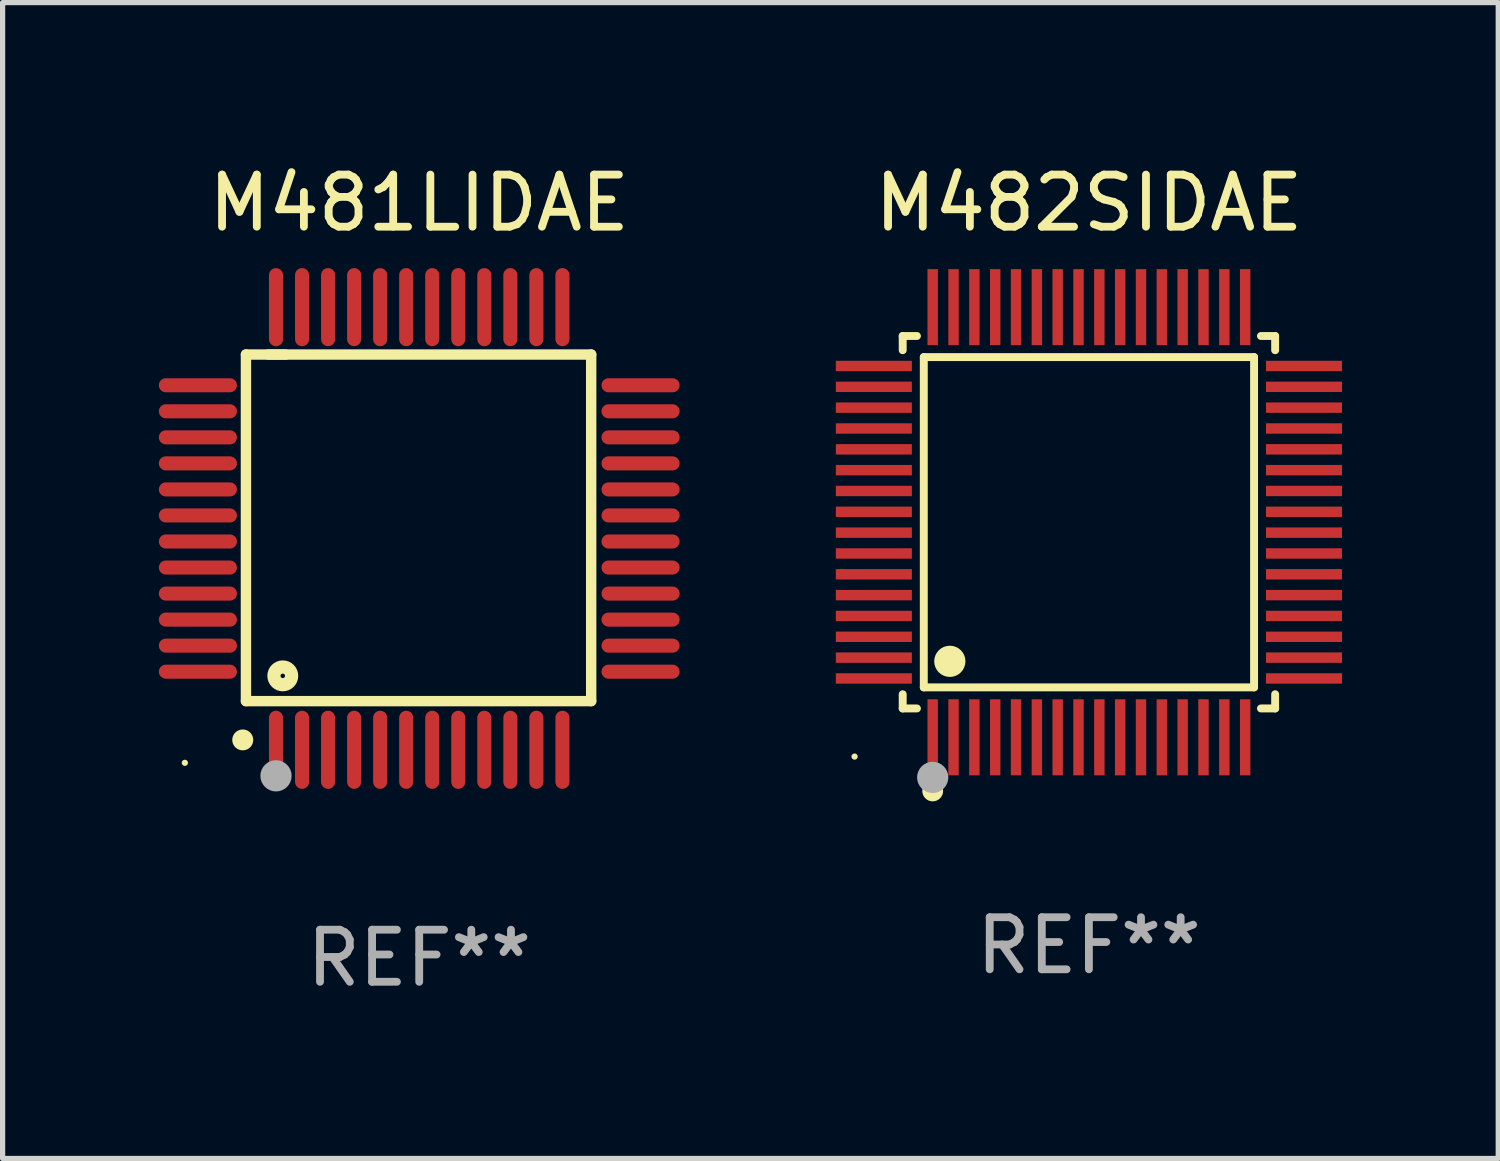
<source format=kicad_pcb>
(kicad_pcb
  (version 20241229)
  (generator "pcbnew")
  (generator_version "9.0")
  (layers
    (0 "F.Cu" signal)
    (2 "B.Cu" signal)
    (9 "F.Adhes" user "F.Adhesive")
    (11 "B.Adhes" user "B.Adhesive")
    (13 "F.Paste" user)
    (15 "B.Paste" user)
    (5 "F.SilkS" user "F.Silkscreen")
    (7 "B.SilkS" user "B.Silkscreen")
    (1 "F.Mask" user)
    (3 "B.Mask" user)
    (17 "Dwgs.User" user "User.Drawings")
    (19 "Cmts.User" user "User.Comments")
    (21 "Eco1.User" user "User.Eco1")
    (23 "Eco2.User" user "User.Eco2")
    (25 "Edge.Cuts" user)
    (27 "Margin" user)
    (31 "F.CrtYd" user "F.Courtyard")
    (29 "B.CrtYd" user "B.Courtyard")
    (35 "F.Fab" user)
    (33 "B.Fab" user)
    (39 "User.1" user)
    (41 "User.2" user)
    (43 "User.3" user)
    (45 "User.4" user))
  (footprint "M481LIDAE"
    (layer "F.Cu")
    (at 5 7.098)
    (property "Reference" "M481LIDAE" (at 0 -6.25 0) (layer "F.SilkS") (effects (font (size 1 1) (thickness 0.15))))
    (attr through_hole)
    (fp_line (start -3.327 -3.34) (end -2.565 -3.34) (stroke (width 0.2) (type solid)) (layer "F.SilkS"))
    (fp_line (start -3.327 3.315) (end -3.327 -3.34) (stroke (width 0.2) (type solid)) (layer "F.SilkS"))
    (fp_line (start -2.896 -3.34) (end 3.302 -3.34) (stroke (width 0.2) (type solid)) (layer "F.SilkS"))
    (fp_line (start 3.302 -3.34) (end 3.302 3.315) (stroke (width 0.2) (type solid)) (layer "F.SilkS"))
    (fp_line (start 3.302 3.315) (end -3.327 3.315) (stroke (width 0.2) (type solid)) (layer "F.SilkS"))
    (fp_arc (start -3.389992 4.059995) (mid -3.388722 4.059991) (end -3.387452 4.059995) (stroke (width 0.4) (type solid)) (layer "F.SilkS"))
    (fp_circle (center -4.5 4.5) (end -4.47 4.5) (stroke (width 0.06) (type solid)) (fill no) (layer "F.SilkS"))
    (fp_circle (center -2.62 2.83) (end -2.45 2.83) (stroke (width 0.254) (type solid)) (fill no) (layer "F.SilkS"))
    (fp_circle (center -2.75 4.75) (end -2.6 4.75) (stroke (width 0.3) (type solid)) (fill no) (layer "F.Fab"))
    (fp_text user "REF**" (at 0 8.25 0) (layer "F.Fab") (effects (font (size 1 1) (thickness 0.15))))
    (pad "1" smd oval (at -2.75 4.25) (size 0.27 1.5) (layers "F.Cu" "F.Mask" "F.Paste"))
    (pad "2" smd oval (at -2.25 4.25) (size 0.27 1.5) (layers "F.Cu" "F.Mask" "F.Paste"))
    (pad "3" smd oval (at -1.75 4.25) (size 0.27 1.5) (layers "F.Cu" "F.Mask" "F.Paste"))
    (pad "4" smd oval (at -1.25 4.25) (size 0.27 1.5) (layers "F.Cu" "F.Mask" "F.Paste"))
    (pad "5" smd oval (at -0.75 4.25) (size 0.27 1.5) (layers "F.Cu" "F.Mask" "F.Paste"))
    (pad "6" smd oval (at -0.25 4.25) (size 0.27 1.5) (layers "F.Cu" "F.Mask" "F.Paste"))
    (pad "7" smd oval (at 0.25 4.25) (size 0.27 1.5) (layers "F.Cu" "F.Mask" "F.Paste"))
    (pad "8" smd oval (at 0.75 4.25) (size 0.27 1.5) (layers "F.Cu" "F.Mask" "F.Paste"))
    (pad "9" smd oval (at 1.25 4.25) (size 0.27 1.5) (layers "F.Cu" "F.Mask" "F.Paste"))
    (pad "10" smd oval (at 1.75 4.25) (size 0.27 1.5) (layers "F.Cu" "F.Mask" "F.Paste"))
    (pad "11" smd oval (at 2.25 4.25) (size 0.27 1.5) (layers "F.Cu" "F.Mask" "F.Paste"))
    (pad "12" smd oval (at 2.75 4.25) (size 0.27 1.5) (layers "F.Cu" "F.Mask" "F.Paste"))
    (pad "13" smd oval (at 4.25 2.75) (size 1.5 0.27) (layers "F.Cu" "F.Mask" "F.Paste"))
    (pad "14" smd oval (at 4.25 2.25) (size 1.5 0.27) (layers "F.Cu" "F.Mask" "F.Paste"))
    (pad "15" smd oval (at 4.25 1.75) (size 1.5 0.27) (layers "F.Cu" "F.Mask" "F.Paste"))
    (pad "16" smd oval (at 4.25 1.25) (size 1.5 0.27) (layers "F.Cu" "F.Mask" "F.Paste"))
    (pad "17" smd oval (at 4.25 0.75) (size 1.5 0.27) (layers "F.Cu" "F.Mask" "F.Paste"))
    (pad "18" smd oval (at 4.25 0.25) (size 1.5 0.27) (layers "F.Cu" "F.Mask" "F.Paste"))
    (pad "19" smd oval (at 4.25 -0.25) (size 1.5 0.27) (layers "F.Cu" "F.Mask" "F.Paste"))
    (pad "20" smd oval (at 4.25 -0.75) (size 1.5 0.27) (layers "F.Cu" "F.Mask" "F.Paste"))
    (pad "21" smd oval (at 4.25 -1.25) (size 1.5 0.27) (layers "F.Cu" "F.Mask" "F.Paste"))
    (pad "22" smd oval (at 4.25 -1.75) (size 1.5 0.27) (layers "F.Cu" "F.Mask" "F.Paste"))
    (pad "23" smd oval (at 4.25 -2.25) (size 1.5 0.27) (layers "F.Cu" "F.Mask" "F.Paste"))
    (pad "24" smd oval (at 4.25 -2.75) (size 1.5 0.27) (layers "F.Cu" "F.Mask" "F.Paste"))
    (pad "25" smd oval (at 2.75 -4.25) (size 0.27 1.5) (layers "F.Cu" "F.Mask" "F.Paste"))
    (pad "26" smd oval (at 2.25 -4.25) (size 0.27 1.5) (layers "F.Cu" "F.Mask" "F.Paste"))
    (pad "27" smd oval (at 1.75 -4.25) (size 0.27 1.5) (layers "F.Cu" "F.Mask" "F.Paste"))
    (pad "28" smd oval (at 1.25 -4.25) (size 0.27 1.5) (layers "F.Cu" "F.Mask" "F.Paste"))
    (pad "29" smd oval (at 0.75 -4.25) (size 0.27 1.5) (layers "F.Cu" "F.Mask" "F.Paste"))
    (pad "30" smd oval (at 0.25 -4.25) (size 0.27 1.5) (layers "F.Cu" "F.Mask" "F.Paste"))
    (pad "31" smd oval (at -0.25 -4.25) (size 0.27 1.5) (layers "F.Cu" "F.Mask" "F.Paste"))
    (pad "32" smd oval (at -0.75 -4.25) (size 0.27 1.5) (layers "F.Cu" "F.Mask" "F.Paste"))
    (pad "33" smd oval (at -1.25 -4.25) (size 0.27 1.5) (layers "F.Cu" "F.Mask" "F.Paste"))
    (pad "34" smd oval (at -1.75 -4.25) (size 0.27 1.5) (layers "F.Cu" "F.Mask" "F.Paste"))
    (pad "35" smd oval (at -2.25 -4.25) (size 0.27 1.5) (layers "F.Cu" "F.Mask" "F.Paste"))
    (pad "36" smd oval (at -2.75 -4.25) (size 0.27 1.5) (layers "F.Cu" "F.Mask" "F.Paste"))
    (pad "37" smd oval (at -4.25 -2.75) (size 1.5 0.27) (layers "F.Cu" "F.Mask" "F.Paste"))
    (pad "38" smd oval (at -4.25 -2.25) (size 1.5 0.27) (layers "F.Cu" "F.Mask" "F.Paste"))
    (pad "39" smd oval (at -4.25 -1.75) (size 1.5 0.27) (layers "F.Cu" "F.Mask" "F.Paste"))
    (pad "40" smd oval (at -4.25 -1.25) (size 1.5 0.27) (layers "F.Cu" "F.Mask" "F.Paste"))
    (pad "41" smd oval (at -4.25 -0.75) (size 1.5 0.27) (layers "F.Cu" "F.Mask" "F.Paste"))
    (pad "42" smd oval (at -4.25 -0.25) (size 1.5 0.27) (layers "F.Cu" "F.Mask" "F.Paste"))
    (pad "43" smd oval (at -4.25 0.25) (size 1.5 0.27) (layers "F.Cu" "F.Mask" "F.Paste"))
    (pad "44" smd oval (at -4.25 0.75) (size 1.5 0.27) (layers "F.Cu" "F.Mask" "F.Paste"))
    (pad "45" smd oval (at -4.25 1.25) (size 1.5 0.27) (layers "F.Cu" "F.Mask" "F.Paste"))
    (pad "46" smd oval (at -4.25 1.75) (size 1.5 0.27) (layers "F.Cu" "F.Mask" "F.Paste"))
    (pad "47" smd oval (at -4.25 2.25) (size 1.5 0.27) (layers "F.Cu" "F.Mask" "F.Paste"))
    (pad "48" smd oval (at -4.25 2.75) (size 1.5 0.27) (layers "F.Cu" "F.Mask" "F.Paste")))
  (footprint "M482SIDAE"
    (layer "F.Cu")
    (at 17.86 6.978)
    (property "Reference" "M482SIDAE" (at 0 -6.13 0) (layer "F.SilkS") (effects (font (size 1 1) (thickness 0.15))))
    (attr through_hole)
    (fp_line (start -3.576 -3.576) (end -3.303 -3.576) (stroke (width 0.152) (type solid)) (layer "F.SilkS"))
    (fp_line (start -3.576 -3.303) (end -3.576 -3.576) (stroke (width 0.152) (type solid)) (layer "F.SilkS"))
    (fp_line (start -3.576 3.303) (end -3.576 3.576) (stroke (width 0.152) (type solid)) (layer "F.SilkS"))
    (fp_line (start -3.576 3.576) (end -3.303 3.576) (stroke (width 0.152) (type solid)) (layer "F.SilkS"))
    (fp_line (start -3.171 -3.171) (end 3.171 -3.171) (stroke (width 0.152) (type solid)) (layer "F.SilkS"))
    (fp_line (start -3.171 3.171) (end -3.171 -3.171) (stroke (width 0.152) (type solid)) (layer "F.SilkS"))
    (fp_line (start 3.171 -3.171) (end 3.171 3.171) (stroke (width 0.152) (type solid)) (layer "F.SilkS"))
    (fp_line (start 3.171 3.171) (end -3.171 3.171) (stroke (width 0.152) (type solid)) (layer "F.SilkS"))
    (fp_line (start 3.576 -3.576) (end 3.303 -3.576) (stroke (width 0.152) (type solid)) (layer "F.SilkS"))
    (fp_line (start 3.576 -3.303) (end 3.576 -3.576) (stroke (width 0.152) (type solid)) (layer "F.SilkS"))
    (fp_line (start 3.576 3.303) (end 3.576 3.576) (stroke (width 0.152) (type solid)) (layer "F.SilkS"))
    (fp_line (start 3.576 3.576) (end 3.303 3.576) (stroke (width 0.152) (type solid)) (layer "F.SilkS"))
    (fp_circle (center -4.5 4.5) (end -4.47 4.5) (stroke (width 0.06) (type solid)) (fill no) (layer "F.SilkS"))
    (fp_circle (center -3 5.16) (end -2.9 5.16) (stroke (width 0.2) (type solid)) (fill no) (layer "F.SilkS"))
    (fp_circle (center -2.671 2.671) (end -2.521 2.671) (stroke (width 0.3) (type solid)) (fill no) (layer "F.SilkS"))
    (fp_circle (center -3 4.9) (end -2.85 4.9) (stroke (width 0.3) (type solid)) (fill no) (layer "F.Fab"))
    (fp_text user "REF**" (at 0 8.13 0) (layer "F.Fab") (effects (font (size 1 1) (thickness 0.15))))
    (pad "1" smd rect (at -3 4.13) (size 0.2 1.46) (layers "F.Cu" "F.Mask" "F.Paste"))
    (pad "2" smd rect (at -2.6 4.13) (size 0.2 1.46) (layers "F.Cu" "F.Mask" "F.Paste"))
    (pad "3" smd rect (at -2.2 4.13) (size 0.2 1.46) (layers "F.Cu" "F.Mask" "F.Paste"))
    (pad "4" smd rect (at -1.8 4.13) (size 0.2 1.46) (layers "F.Cu" "F.Mask" "F.Paste"))
    (pad "5" smd rect (at -1.4 4.13) (size 0.2 1.46) (layers "F.Cu" "F.Mask" "F.Paste"))
    (pad "6" smd rect (at -1 4.13) (size 0.2 1.46) (layers "F.Cu" "F.Mask" "F.Paste"))
    (pad "7" smd rect (at -0.6 4.13) (size 0.2 1.46) (layers "F.Cu" "F.Mask" "F.Paste"))
    (pad "8" smd rect (at -0.2 4.13) (size 0.2 1.46) (layers "F.Cu" "F.Mask" "F.Paste"))
    (pad "9" smd rect (at 0.2 4.13) (size 0.2 1.46) (layers "F.Cu" "F.Mask" "F.Paste"))
    (pad "10" smd rect (at 0.6 4.13) (size 0.2 1.46) (layers "F.Cu" "F.Mask" "F.Paste"))
    (pad "11" smd rect (at 1 4.13) (size 0.2 1.46) (layers "F.Cu" "F.Mask" "F.Paste"))
    (pad "12" smd rect (at 1.4 4.13) (size 0.2 1.46) (layers "F.Cu" "F.Mask" "F.Paste"))
    (pad "13" smd rect (at 1.8 4.13) (size 0.2 1.46) (layers "F.Cu" "F.Mask" "F.Paste"))
    (pad "14" smd rect (at 2.2 4.13) (size 0.2 1.46) (layers "F.Cu" "F.Mask" "F.Paste"))
    (pad "15" smd rect (at 2.6 4.13) (size 0.2 1.46) (layers "F.Cu" "F.Mask" "F.Paste"))
    (pad "16" smd rect (at 3 4.13) (size 0.2 1.46) (layers "F.Cu" "F.Mask" "F.Paste"))
    (pad "17" smd rect (at 4.13 3) (size 1.46 0.2) (layers "F.Cu" "F.Mask" "F.Paste"))
    (pad "18" smd rect (at 4.13 2.6) (size 1.46 0.2) (layers "F.Cu" "F.Mask" "F.Paste"))
    (pad "19" smd rect (at 4.13 2.2) (size 1.46 0.2) (layers "F.Cu" "F.Mask" "F.Paste"))
    (pad "20" smd rect (at 4.13 1.8) (size 1.46 0.2) (layers "F.Cu" "F.Mask" "F.Paste"))
    (pad "21" smd rect (at 4.13 1.4) (size 1.46 0.2) (layers "F.Cu" "F.Mask" "F.Paste"))
    (pad "22" smd rect (at 4.13 1) (size 1.46 0.2) (layers "F.Cu" "F.Mask" "F.Paste"))
    (pad "23" smd rect (at 4.13 0.6) (size 1.46 0.2) (layers "F.Cu" "F.Mask" "F.Paste"))
    (pad "24" smd rect (at 4.13 0.2) (size 1.46 0.2) (layers "F.Cu" "F.Mask" "F.Paste"))
    (pad "25" smd rect (at 4.13 -0.2) (size 1.46 0.2) (layers "F.Cu" "F.Mask" "F.Paste"))
    (pad "26" smd rect (at 4.13 -0.6) (size 1.46 0.2) (layers "F.Cu" "F.Mask" "F.Paste"))
    (pad "27" smd rect (at 4.13 -1) (size 1.46 0.2) (layers "F.Cu" "F.Mask" "F.Paste"))
    (pad "28" smd rect (at 4.13 -1.4) (size 1.46 0.2) (layers "F.Cu" "F.Mask" "F.Paste"))
    (pad "29" smd rect (at 4.13 -1.8) (size 1.46 0.2) (layers "F.Cu" "F.Mask" "F.Paste"))
    (pad "30" smd rect (at 4.13 -2.2) (size 1.46 0.2) (layers "F.Cu" "F.Mask" "F.Paste"))
    (pad "31" smd rect (at 4.13 -2.6) (size 1.46 0.2) (layers "F.Cu" "F.Mask" "F.Paste"))
    (pad "32" smd rect (at 4.13 -3) (size 1.46 0.2) (layers "F.Cu" "F.Mask" "F.Paste"))
    (pad "33" smd rect (at 3 -4.13) (size 0.2 1.46) (layers "F.Cu" "F.Mask" "F.Paste"))
    (pad "34" smd rect (at 2.6 -4.13) (size 0.2 1.46) (layers "F.Cu" "F.Mask" "F.Paste"))
    (pad "35" smd rect (at 2.2 -4.13) (size 0.2 1.46) (layers "F.Cu" "F.Mask" "F.Paste"))
    (pad "36" smd rect (at 1.8 -4.13) (size 0.2 1.46) (layers "F.Cu" "F.Mask" "F.Paste"))
    (pad "37" smd rect (at 1.4 -4.13) (size 0.2 1.46) (layers "F.Cu" "F.Mask" "F.Paste"))
    (pad "38" smd rect (at 1 -4.13) (size 0.2 1.46) (layers "F.Cu" "F.Mask" "F.Paste"))
    (pad "39" smd rect (at 0.6 -4.13) (size 0.2 1.46) (layers "F.Cu" "F.Mask" "F.Paste"))
    (pad "40" smd rect (at 0.2 -4.13) (size 0.2 1.46) (layers "F.Cu" "F.Mask" "F.Paste"))
    (pad "41" smd rect (at -0.2 -4.13) (size 0.2 1.46) (layers "F.Cu" "F.Mask" "F.Paste"))
    (pad "42" smd rect (at -0.6 -4.13) (size 0.2 1.46) (layers "F.Cu" "F.Mask" "F.Paste"))
    (pad "43" smd rect (at -1 -4.13) (size 0.2 1.46) (layers "F.Cu" "F.Mask" "F.Paste"))
    (pad "44" smd rect (at -1.4 -4.13) (size 0.2 1.46) (layers "F.Cu" "F.Mask" "F.Paste"))
    (pad "45" smd rect (at -1.8 -4.13) (size 0.2 1.46) (layers "F.Cu" "F.Mask" "F.Paste"))
    (pad "46" smd rect (at -2.2 -4.13) (size 0.2 1.46) (layers "F.Cu" "F.Mask" "F.Paste"))
    (pad "47" smd rect (at -2.6 -4.13) (size 0.2 1.46) (layers "F.Cu" "F.Mask" "F.Paste"))
    (pad "48" smd rect (at -3 -4.13) (size 0.2 1.46) (layers "F.Cu" "F.Mask" "F.Paste"))
    (pad "49" smd rect (at -4.13 -3) (size 1.46 0.2) (layers "F.Cu" "F.Mask" "F.Paste"))
    (pad "50" smd rect (at -4.13 -2.6) (size 1.46 0.2) (layers "F.Cu" "F.Mask" "F.Paste"))
    (pad "51" smd rect (at -4.13 -2.2) (size 1.46 0.2) (layers "F.Cu" "F.Mask" "F.Paste"))
    (pad "52" smd rect (at -4.13 -1.8) (size 1.46 0.2) (layers "F.Cu" "F.Mask" "F.Paste"))
    (pad "53" smd rect (at -4.13 -1.4) (size 1.46 0.2) (layers "F.Cu" "F.Mask" "F.Paste"))
    (pad "54" smd rect (at -4.13 -1) (size 1.46 0.2) (layers "F.Cu" "F.Mask" "F.Paste"))
    (pad "55" smd rect (at -4.13 -0.6) (size 1.46 0.2) (layers "F.Cu" "F.Mask" "F.Paste"))
    (pad "56" smd rect (at -4.13 -0.2) (size 1.46 0.2) (layers "F.Cu" "F.Mask" "F.Paste"))
    (pad "57" smd rect (at -4.13 0.2) (size 1.46 0.2) (layers "F.Cu" "F.Mask" "F.Paste"))
    (pad "58" smd rect (at -4.13 0.6) (size 1.46 0.2) (layers "F.Cu" "F.Mask" "F.Paste"))
    (pad "59" smd rect (at -4.13 1) (size 1.46 0.2) (layers "F.Cu" "F.Mask" "F.Paste"))
    (pad "60" smd rect (at -4.13 1.4) (size 1.46 0.2) (layers "F.Cu" "F.Mask" "F.Paste"))
    (pad "61" smd rect (at -4.13 1.8) (size 1.46 0.2) (layers "F.Cu" "F.Mask" "F.Paste"))
    (pad "62" smd rect (at -4.13 2.2) (size 1.46 0.2) (layers "F.Cu" "F.Mask" "F.Paste"))
    (pad "63" smd rect (at -4.13 2.6) (size 1.46 0.2) (layers "F.Cu" "F.Mask" "F.Paste"))
    (pad "64" smd rect (at -4.13 3) (size 1.46 0.2) (layers "F.Cu" "F.Mask" "F.Paste")))
  (gr_rect
    (start -3 -3)
    (end 25.72 19.196)
    (stroke (width 0.1) (type default))
    (fill no)
    (layer "Edge.Cuts")))
</source>
